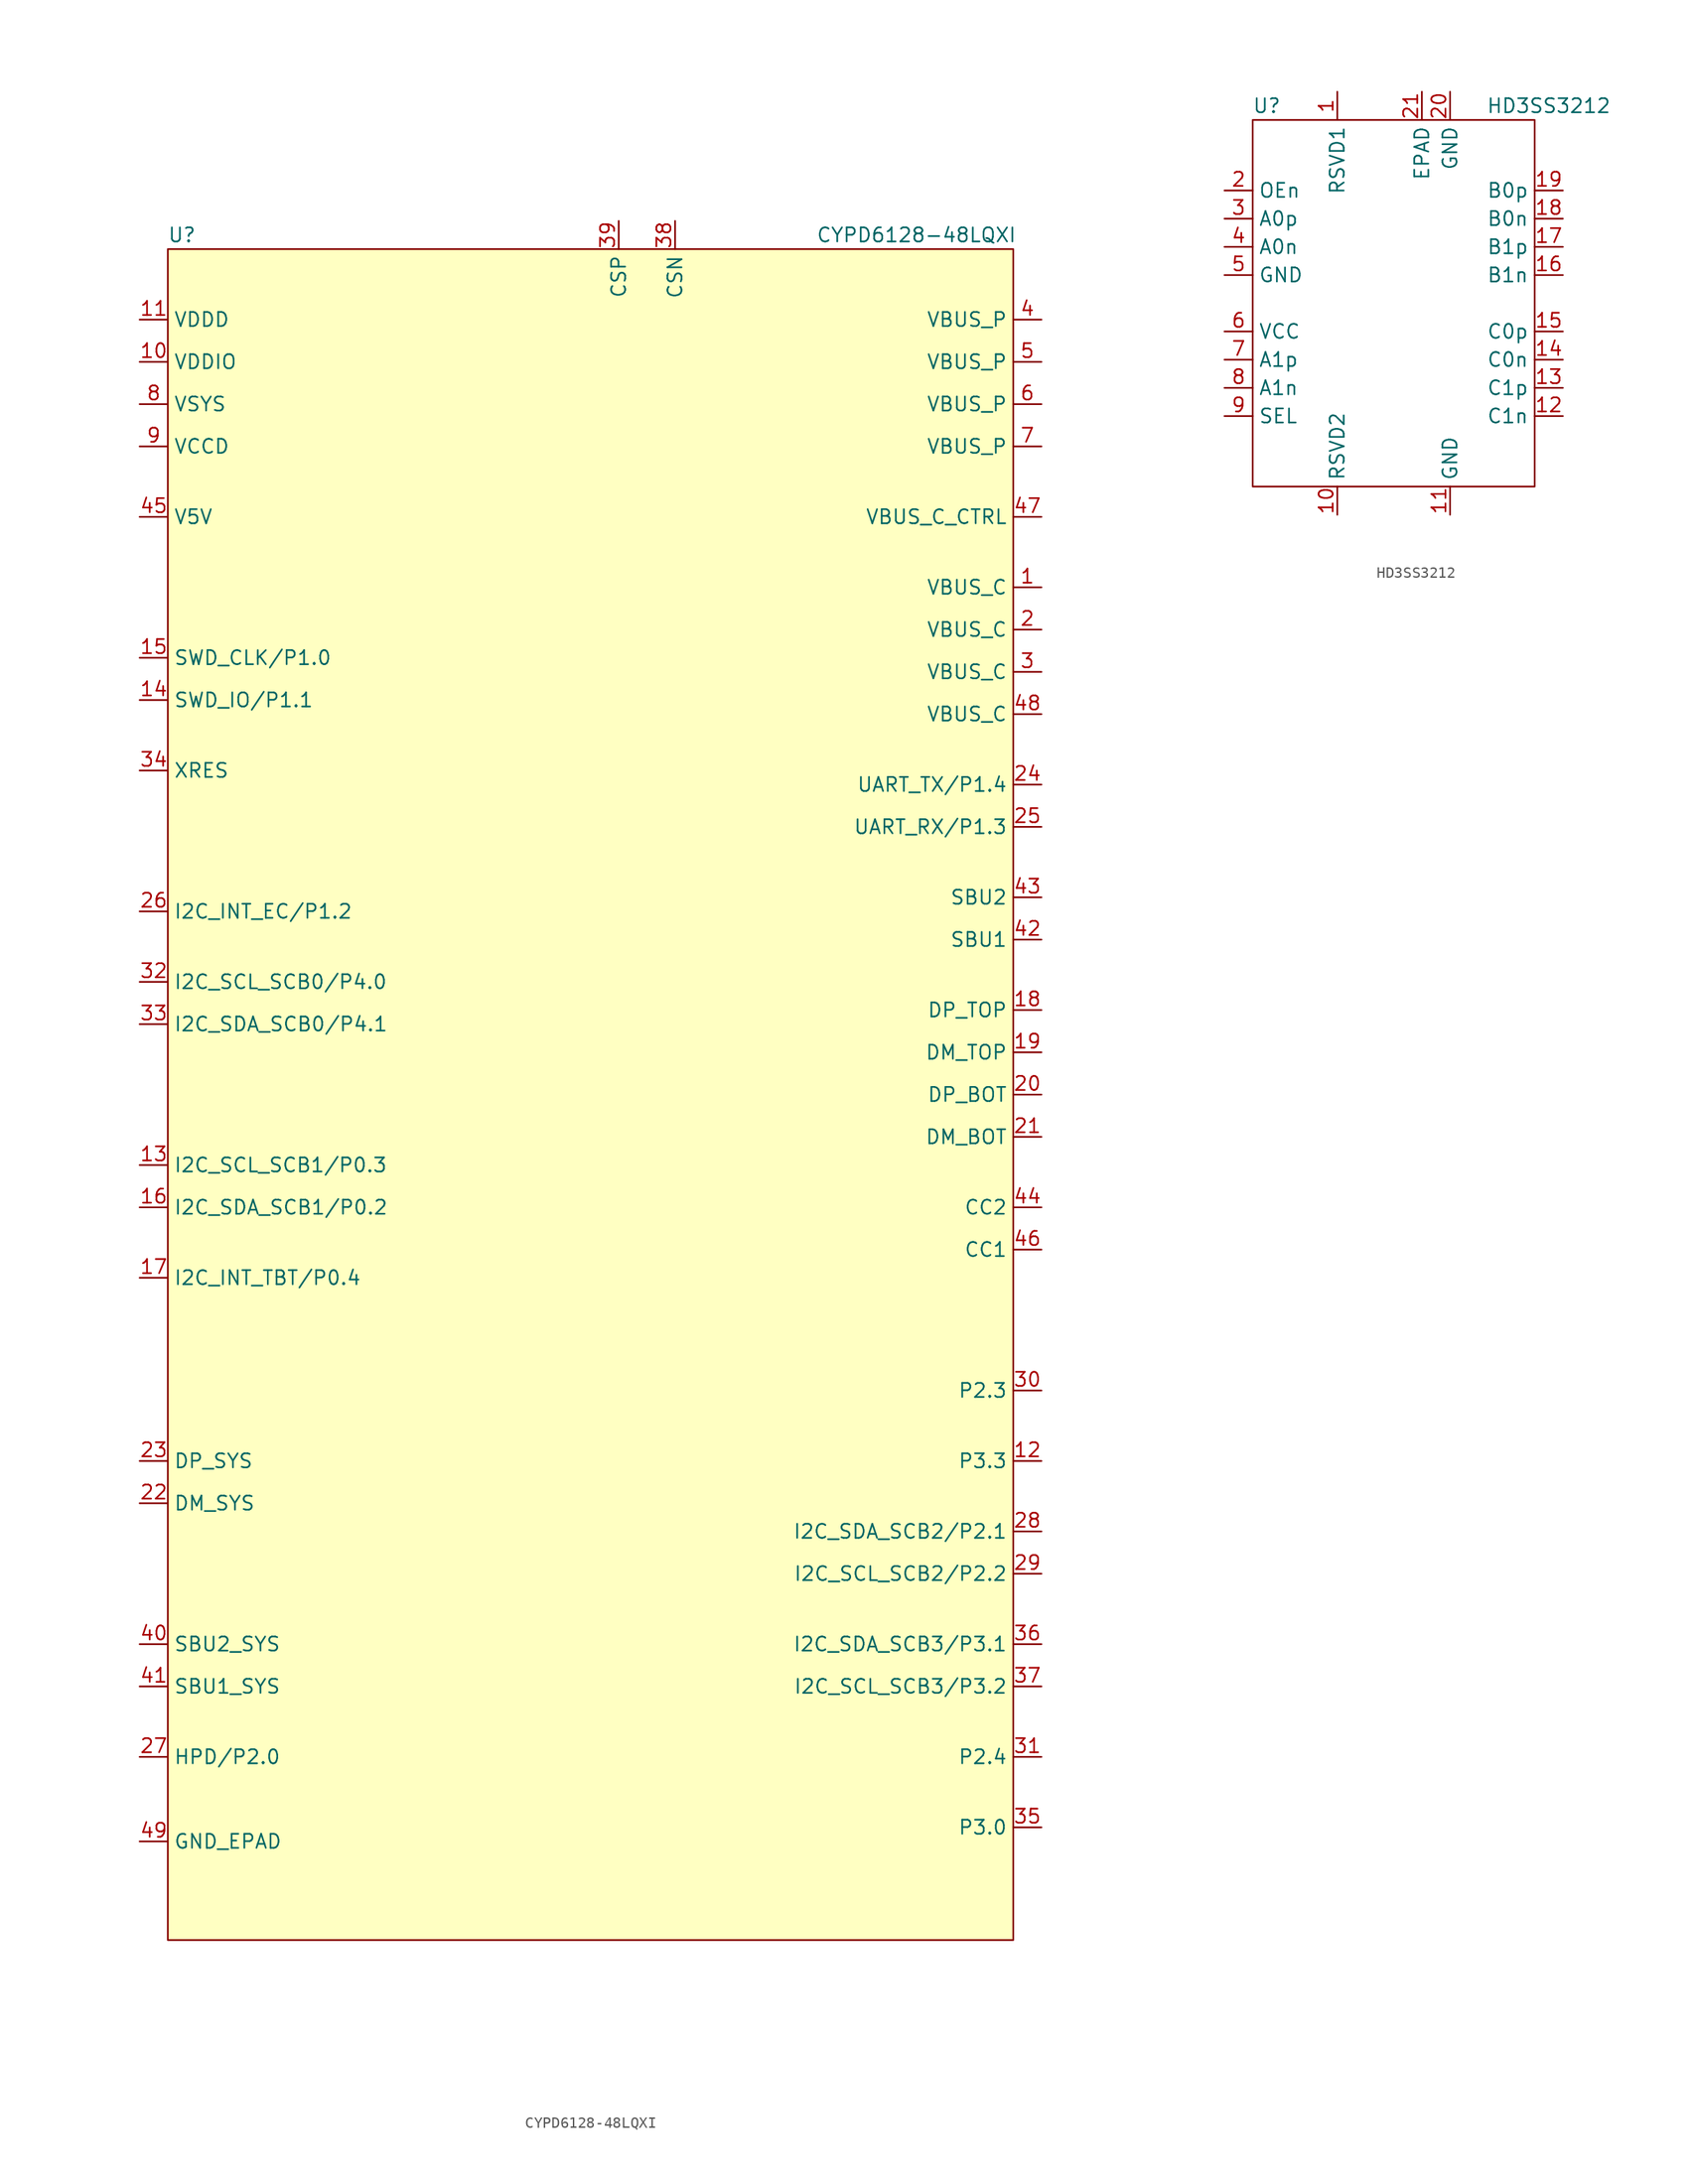
<source format=kicad_sym>
(kicad_symbol_lib
  (version 20220914)
  (generator kicad_symbol_editor)
  (symbol "CYPD6128-48LQXI"
    (property "Reference" "U"
      (at -36.83 77.47 0)
      (effects (font (size 1.27 1.27))))
    (property "Value" "CYPD6128-48LQXI"
      (at 20.32 77.47 0)
      (effects (font (size 1.27 1.27)) (justify left)))
    (symbol "CYPD6128-48LQXI_1_0"
      (pin bidirectional line (at 40.64 45.72 180) (length 2.54) (name "VBUS_C" (effects (font (size 1.27 1.27)))) (number "1" (effects (font (size 1.27 1.27)))))
      (pin power_in line (at -40.64 66.04 0) (length 2.54) (name "VDDIO" (effects (font (size 1.27 1.27)))) (number "10" (effects (font (size 1.27 1.27)))))
      (pin power_out line (at -40.64 69.85 0) (length 2.54) (name "VDDD" (effects (font (size 1.27 1.27)))) (number "11" (effects (font (size 1.27 1.27)))))
      (pin bidirectional line (at 40.64 -33.02 180) (length 2.54) (name "P3.3" (effects (font (size 1.27 1.27)))) (number "12" (effects (font (size 1.27 1.27)))))
      (pin bidirectional line (at -40.64 -6.35 0) (length 2.54) (name "I2C_SCL_SCB1/P0.3" (effects (font (size 1.27 1.27)))) (number "13" (effects (font (size 1.27 1.27)))))
      (pin bidirectional line (at -40.64 35.56 0) (length 2.54) (name "SWD_IO/P1.1" (effects (font (size 1.27 1.27)))) (number "14" (effects (font (size 1.27 1.27)))))
      (pin bidirectional line (at -40.64 39.37 0) (length 2.54) (name "SWD_CLK/P1.0" (effects (font (size 1.27 1.27)))) (number "15" (effects (font (size 1.27 1.27)))))
      (pin bidirectional line (at -40.64 -10.16 0) (length 2.54) (name "I2C_SDA_SCB1/P0.2" (effects (font (size 1.27 1.27)))) (number "16" (effects (font (size 1.27 1.27)))))
      (pin input line (at -40.64 -16.51 0) (length 2.54) (name "I2C_INT_TBT/P0.4" (effects (font (size 1.27 1.27)))) (number "17" (effects (font (size 1.27 1.27)))))
      (pin bidirectional line (at 40.64 7.62 180) (length 2.54) (name "DP_TOP" (effects (font (size 1.27 1.27)))) (number "18" (effects (font (size 1.27 1.27)))))
      (pin bidirectional line (at 40.64 3.81 180) (length 2.54) (name "DM_TOP" (effects (font (size 1.27 1.27)))) (number "19" (effects (font (size 1.27 1.27)))))
      (pin bidirectional line (at 40.64 41.91 180) (length 2.54) (name "VBUS_C" (effects (font (size 1.27 1.27)))) (number "2" (effects (font (size 1.27 1.27)))))
      (pin bidirectional line (at 40.64 0 180) (length 2.54) (name "DP_BOT" (effects (font (size 1.27 1.27)))) (number "20" (effects (font (size 1.27 1.27)))))
      (pin bidirectional line (at 40.64 -3.81 180) (length 2.54) (name "DM_BOT" (effects (font (size 1.27 1.27)))) (number "21" (effects (font (size 1.27 1.27)))))
      (pin bidirectional line (at -40.64 -36.83 0) (length 2.54) (name "DM_SYS" (effects (font (size 1.27 1.27)))) (number "22" (effects (font (size 1.27 1.27)))))
      (pin bidirectional line (at -40.64 -33.02 0) (length 2.54) (name "DP_SYS" (effects (font (size 1.27 1.27)))) (number "23" (effects (font (size 1.27 1.27)))))
      (pin bidirectional line (at 40.64 27.94 180) (length 2.54) (name "UART_TX/P1.4" (effects (font (size 1.27 1.27)))) (number "24" (effects (font (size 1.27 1.27)))))
      (pin bidirectional line (at 40.64 24.13 180) (length 2.54) (name "UART_RX/P1.3" (effects (font (size 1.27 1.27)))) (number "25" (effects (font (size 1.27 1.27)))))
      (pin output line (at -40.64 16.51 0) (length 2.54) (name "I2C_INT_EC/P1.2" (effects (font (size 1.27 1.27)))) (number "26" (effects (font (size 1.27 1.27)))))
      (pin bidirectional line (at -40.64 -59.69 0) (length 2.54) (name "HPD/P2.0" (effects (font (size 1.27 1.27)))) (number "27" (effects (font (size 1.27 1.27)))))
      (pin bidirectional line (at 40.64 -39.37 180) (length 2.54) (name "I2C_SDA_SCB2/P2.1" (effects (font (size 1.27 1.27)))) (number "28" (effects (font (size 1.27 1.27)))))
      (pin bidirectional line (at 40.64 -43.18 180) (length 2.54) (name "I2C_SCL_SCB2/P2.2" (effects (font (size 1.27 1.27)))) (number "29" (effects (font (size 1.27 1.27)))))
      (pin bidirectional line (at 40.64 38.1 180) (length 2.54) (name "VBUS_C" (effects (font (size 1.27 1.27)))) (number "3" (effects (font (size 1.27 1.27)))))
      (pin bidirectional line (at 40.64 -26.67 180) (length 2.54) (name "P2.3" (effects (font (size 1.27 1.27)))) (number "30" (effects (font (size 1.27 1.27)))))
      (pin bidirectional line (at 40.64 -59.69 180) (length 2.54) (name "P2.4" (effects (font (size 1.27 1.27)))) (number "31" (effects (font (size 1.27 1.27)))))
      (pin bidirectional line (at -40.64 10.16 0) (length 2.54) (name "I2C_SCL_SCB0/P4.0" (effects (font (size 1.27 1.27)))) (number "32" (effects (font (size 1.27 1.27)))))
      (pin bidirectional line (at -40.64 6.35 0) (length 2.54) (name "I2C_SDA_SCB0/P4.1" (effects (font (size 1.27 1.27)))) (number "33" (effects (font (size 1.27 1.27)))))
      (pin input line (at -40.64 29.21 0) (length 2.54) (name "XRES" (effects (font (size 1.27 1.27)))) (number "34" (effects (font (size 1.27 1.27)))))
      (pin bidirectional line (at 40.64 -66.04 180) (length 2.54) (name "P3.0" (effects (font (size 1.27 1.27)))) (number "35" (effects (font (size 1.27 1.27)))))
      (pin bidirectional line (at 40.64 -49.53 180) (length 2.54) (name "I2C_SDA_SCB3/P3.1" (effects (font (size 1.27 1.27)))) (number "36" (effects (font (size 1.27 1.27)))))
      (pin bidirectional line (at 40.64 -53.34 180) (length 2.54) (name "I2C_SCL_SCB3/P3.2" (effects (font (size 1.27 1.27)))) (number "37" (effects (font (size 1.27 1.27)))))
      (pin input line (at 7.62 78.74 270) (length 2.54) (name "CSN" (effects (font (size 1.27 1.27)))) (number "38" (effects (font (size 1.27 1.27)))))
      (pin input line (at 2.54 78.74 270) (length 2.54) (name "CSP" (effects (font (size 1.27 1.27)))) (number "39" (effects (font (size 1.27 1.27)))))
      (pin power_in line (at 40.64 69.85 180) (length 2.54) (name "VBUS_P" (effects (font (size 1.27 1.27)))) (number "4" (effects (font (size 1.27 1.27)))))
      (pin bidirectional line (at -40.64 -49.53 0) (length 2.54) (name "SBU2_SYS" (effects (font (size 1.27 1.27)))) (number "40" (effects (font (size 1.27 1.27)))))
      (pin bidirectional line (at -40.64 -53.34 0) (length 2.54) (name "SBU1_SYS" (effects (font (size 1.27 1.27)))) (number "41" (effects (font (size 1.27 1.27)))))
      (pin bidirectional line (at 40.64 13.97 180) (length 2.54) (name "SBU1" (effects (font (size 1.27 1.27)))) (number "42" (effects (font (size 1.27 1.27)))))
      (pin bidirectional line (at 40.64 17.78 180) (length 2.54) (name "SBU2" (effects (font (size 1.27 1.27)))) (number "43" (effects (font (size 1.27 1.27)))))
      (pin bidirectional line (at 40.64 -10.16 180) (length 2.54) (name "CC2" (effects (font (size 1.27 1.27)))) (number "44" (effects (font (size 1.27 1.27)))))
      (pin power_in line (at -40.64 52.07 0) (length 2.54) (name "V5V" (effects (font (size 1.27 1.27)))) (number "45" (effects (font (size 1.27 1.27)))))
      (pin output line (at 40.64 52.07 180) (length 2.54) (name "VBUS_C_CTRL" (effects (font (size 1.27 1.27)))) (number "47" (effects (font (size 1.27 1.27)))))
      (pin bidirectional line (at 40.64 34.29 180) (length 2.54) (name "VBUS_C" (effects (font (size 1.27 1.27)))) (number "48" (effects (font (size 1.27 1.27)))))
      (pin power_in line (at -40.64 -67.31 0) (length 2.54) (name "GND_EPAD" (effects (font (size 1.27 1.27)))) (number "49" (effects (font (size 1.27 1.27)))))
      (pin power_in line (at 40.64 66.04 180) (length 2.54) (name "VBUS_P" (effects (font (size 1.27 1.27)))) (number "5" (effects (font (size 1.27 1.27)))))
      (pin power_in line (at 40.64 62.23 180) (length 2.54) (name "VBUS_P" (effects (font (size 1.27 1.27)))) (number "6" (effects (font (size 1.27 1.27)))))
      (pin power_in line (at 40.64 58.42 180) (length 2.54) (name "VBUS_P" (effects (font (size 1.27 1.27)))) (number "7" (effects (font (size 1.27 1.27)))))
      (pin power_in line (at -40.64 62.23 0) (length 2.54) (name "VSYS" (effects (font (size 1.27 1.27)))) (number "8" (effects (font (size 1.27 1.27)))))
      (pin power_out line (at -40.64 58.42 0) (length 2.54) (name "VCCD" (effects (font (size 1.27 1.27)))) (number "9" (effects (font (size 1.27 1.27))))))
    (symbol "CYPD6128-48LQXI_1_1"
      (rectangle (start -38.1 76.2) (end 38.1 -76.2) (stroke (width 0) (type default)) (fill (type background)))
      (pin bidirectional line (at 40.64 -13.97 180) (length 2.54) (name "CC1" (effects (font (size 1.27 1.27)))) (number "46" (effects (font (size 1.27 1.27)))))))
  (symbol "HD3SS3212"
    (property "Reference" "U"
      (at -11.43 17.78 0)
      (effects (font (size 1.27 1.27))))
    (property "Value" "HD3SS3212"
      (at 13.97 17.78 0)
      (effects (font (size 1.27 1.27))))
    (symbol "HD3SS3212_0_0"
      (pin output line (at -5.08 19.05 270) (length 2.54) (name "RSVD1" (effects (font (size 1.27 1.27)))) (number "1" (effects (font (size 1.27 1.27)))))
      (pin output line (at -5.08 -19.05 90) (length 2.54) (name "RSVD2" (effects (font (size 1.27 1.27)))) (number "10" (effects (font (size 1.27 1.27)))))
      (pin power_in line (at 5.08 -19.05 90) (length 2.54) (name "GND" (effects (font (size 1.27 1.27)))) (number "11" (effects (font (size 1.27 1.27)))))
      (pin bidirectional line (at 15.24 -10.16 180) (length 2.54) (name "C1n" (effects (font (size 1.27 1.27)))) (number "12" (effects (font (size 1.27 1.27)))))
      (pin bidirectional line (at 15.24 -7.62 180) (length 2.54) (name "C1p" (effects (font (size 1.27 1.27)))) (number "13" (effects (font (size 1.27 1.27)))))
      (pin bidirectional line (at 15.24 -5.08 180) (length 2.54) (name "C0n" (effects (font (size 1.27 1.27)))) (number "14" (effects (font (size 1.27 1.27)))))
      (pin bidirectional line (at 15.24 -2.54 180) (length 2.54) (name "C0p" (effects (font (size 1.27 1.27)))) (number "15" (effects (font (size 1.27 1.27)))))
      (pin bidirectional line (at 15.24 2.54 180) (length 2.54) (name "B1n" (effects (font (size 1.27 1.27)))) (number "16" (effects (font (size 1.27 1.27)))))
      (pin bidirectional line (at 15.24 5.08 180) (length 2.54) (name "B1p" (effects (font (size 1.27 1.27)))) (number "17" (effects (font (size 1.27 1.27)))))
      (pin bidirectional line (at 15.24 7.62 180) (length 2.54) (name "B0n" (effects (font (size 1.27 1.27)))) (number "18" (effects (font (size 1.27 1.27)))))
      (pin bidirectional line (at 15.24 10.16 180) (length 2.54) (name "B0p" (effects (font (size 1.27 1.27)))) (number "19" (effects (font (size 1.27 1.27)))))
      (pin input line (at -15.24 10.16 0) (length 2.54) (name "OEn" (effects (font (size 1.27 1.27)))) (number "2" (effects (font (size 1.27 1.27)))))
      (pin power_in line (at 5.08 19.05 270) (length 2.54) (name "GND" (effects (font (size 1.27 1.27)))) (number "20" (effects (font (size 1.27 1.27)))))
      (pin power_in line (at 2.54 19.05 270) (length 2.54) (name "EPAD" (effects (font (size 1.27 1.27)))) (number "21" (effects (font (size 1.27 1.27)))))
      (pin bidirectional line (at -15.24 7.62 0) (length 2.54) (name "A0p" (effects (font (size 1.27 1.27)))) (number "3" (effects (font (size 1.27 1.27)))))
      (pin bidirectional line (at -15.24 5.08 0) (length 2.54) (name "A0n" (effects (font (size 1.27 1.27)))) (number "4" (effects (font (size 1.27 1.27)))))
      (pin power_in line (at -15.24 2.54 0) (length 2.54) (name "GND" (effects (font (size 1.27 1.27)))) (number "5" (effects (font (size 1.27 1.27)))))
      (pin bidirectional line (at -15.24 -5.08 0) (length 2.54) (name "A1p" (effects (font (size 1.27 1.27)))) (number "7" (effects (font (size 1.27 1.27)))))
      (pin bidirectional line (at -15.24 -7.62 0) (length 2.54) (name "A1n" (effects (font (size 1.27 1.27)))) (number "8" (effects (font (size 1.27 1.27)))))
      (pin input line (at -15.24 -10.16 0) (length 2.54) (name "SEL" (effects (font (size 1.27 1.27)))) (number "9" (effects (font (size 1.27 1.27))))))
    (symbol "HD3SS3212_0_1"
      (rectangle (start -12.7 16.51) (end 12.7 -16.51) (stroke (width 0) (type default)) (fill (type none))))
    (symbol "HD3SS3212_1_0"
      (pin power_in line (at -15.24 -2.54 0) (length 2.54) (name "VCC" (effects (font (size 1.27 1.27)))) (number "6" (effects (font (size 1.27 1.27))))))))
</source>
